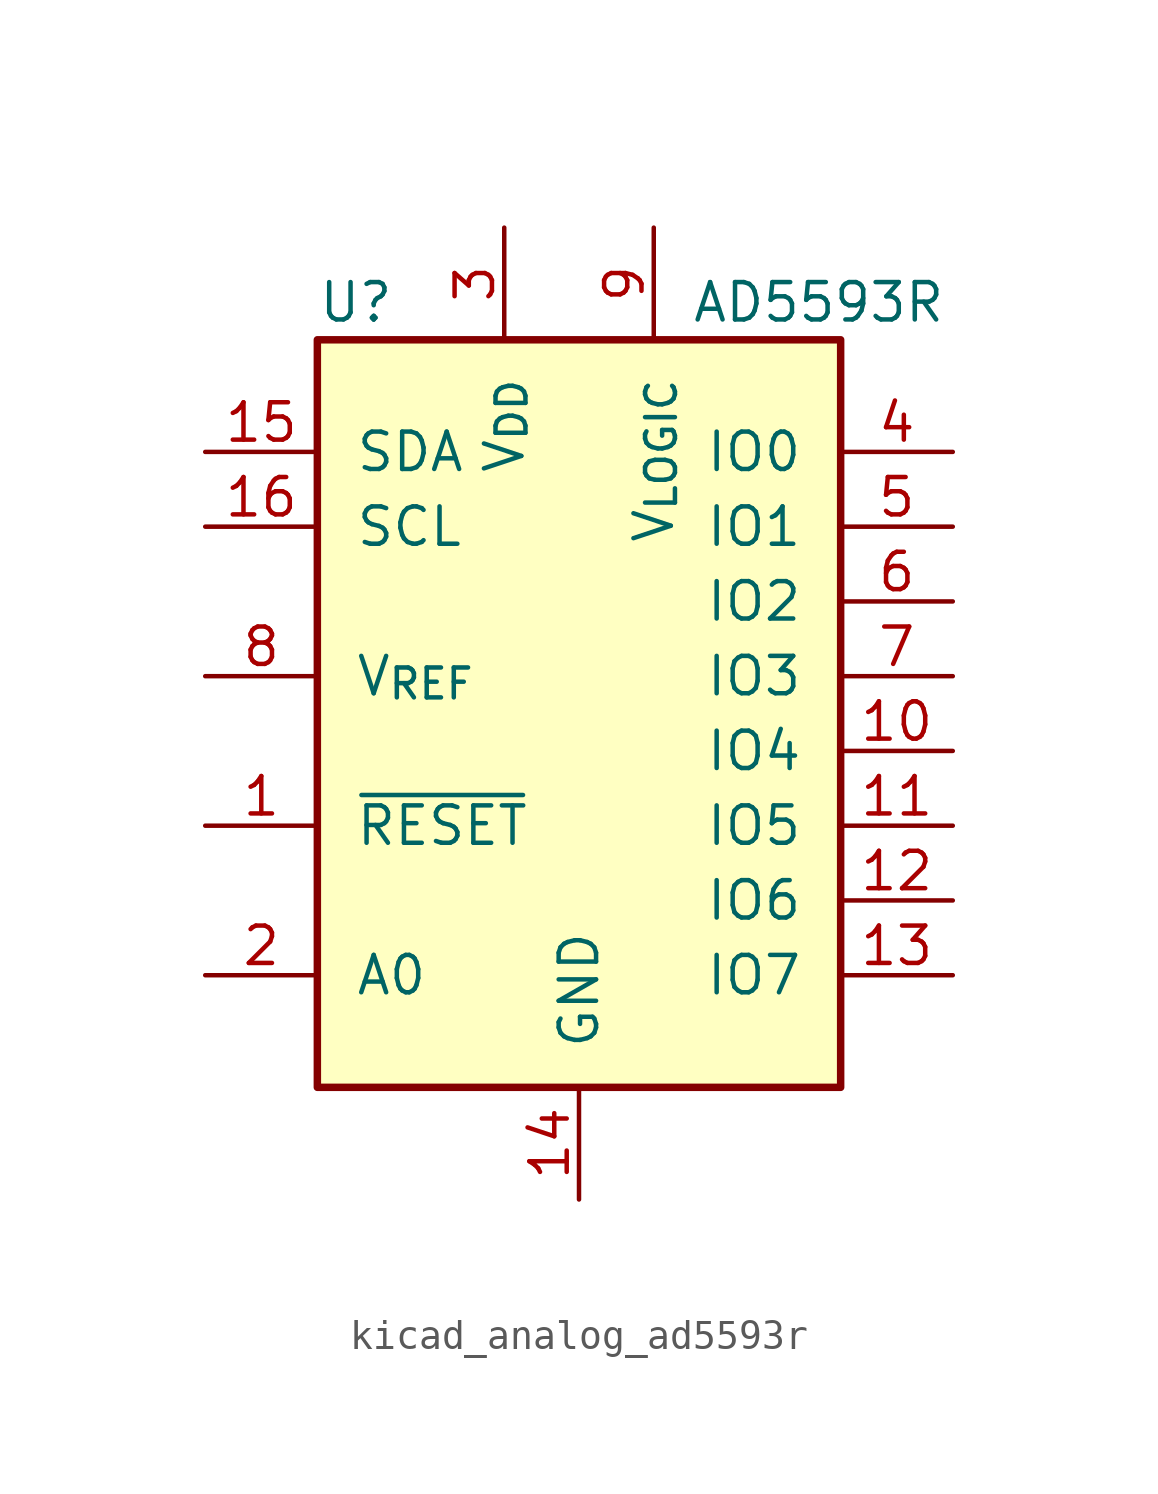
<source format=kicad_sym>
(kicad_symbol_lib
  (version 20220914)
  (generator kicad_symbol_editor)
  (symbol "kicad_analog_ad5593r"
    (pin_names
      (offset 1.27))
    (property "Reference" "U"
      (at -8.89 15.24 0)
      (effects (font (size 1.27 1.27)) (justify left)))
    (property "Value" "AD5593R"
      (at 3.81 15.24 0)
      (effects (font (size 1.27 1.27)) (justify left)))
    (symbol "kicad_analog_ad5593r_0_1"
      (rectangle (start -8.89 13.97) (end 8.89 -11.43) (stroke (width 0.254) (type default)) (fill (type background))))
    (symbol "kicad_analog_ad5593r_1_1"
      (pin input line (at -12.7 -2.54 0) (length 3.81) (name "~{RESET}" (effects (font (size 1.27 1.27)))) (number "1" (effects (font (size 1.27 1.27)))))
      (pin bidirectional line (at 12.7 0 180) (length 3.81) (name "IO4" (effects (font (size 1.27 1.27)))) (number "10" (effects (font (size 1.27 1.27)))))
      (pin bidirectional line (at 12.7 -2.54 180) (length 3.81) (name "IO5" (effects (font (size 1.27 1.27)))) (number "11" (effects (font (size 1.27 1.27)))))
      (pin bidirectional line (at 12.7 -5.08 180) (length 3.81) (name "IO6" (effects (font (size 1.27 1.27)))) (number "12" (effects (font (size 1.27 1.27)))))
      (pin bidirectional line (at 12.7 -7.62 180) (length 3.81) (name "IO7" (effects (font (size 1.27 1.27)))) (number "13" (effects (font (size 1.27 1.27)))))
      (pin power_in line (at 0 -15.24 90) (length 3.81) (name "GND" (effects (font (size 1.27 1.27)))) (number "14" (effects (font (size 1.27 1.27)))))
      (pin bidirectional line (at -12.7 10.16 0) (length 3.81) (name "SDA" (effects (font (size 1.27 1.27)))) (number "15" (effects (font (size 1.27 1.27)))))
      (pin input line (at -12.7 7.62 0) (length 3.81) (name "SCL" (effects (font (size 1.27 1.27)))) (number "16" (effects (font (size 1.27 1.27)))))
      (pin input line (at -12.7 -7.62 0) (length 3.81) (name "A0" (effects (font (size 1.27 1.27)))) (number "2" (effects (font (size 1.27 1.27)))))
      (pin power_in line (at -2.54 17.78 270) (length 3.81) (name "V_{DD}" (effects (font (size 1.27 1.27)))) (number "3" (effects (font (size 1.27 1.27)))))
      (pin bidirectional line (at 12.7 10.16 180) (length 3.81) (name "IO0" (effects (font (size 1.27 1.27)))) (number "4" (effects (font (size 1.27 1.27)))))
      (pin bidirectional line (at 12.7 7.62 180) (length 3.81) (name "IO1" (effects (font (size 1.27 1.27)))) (number "5" (effects (font (size 1.27 1.27)))))
      (pin bidirectional line (at 12.7 5.08 180) (length 3.81) (name "IO2" (effects (font (size 1.27 1.27)))) (number "6" (effects (font (size 1.27 1.27)))))
      (pin bidirectional line (at 12.7 2.54 180) (length 3.81) (name "IO3" (effects (font (size 1.27 1.27)))) (number "7" (effects (font (size 1.27 1.27)))))
      (pin passive line (at -12.7 2.54 0) (length 3.81) (name "V_{REF}" (effects (font (size 1.27 1.27)))) (number "8" (effects (font (size 1.27 1.27)))))
      (pin power_in line (at 2.54 17.78 270) (length 3.81) (name "V_{LOGIC}" (effects (font (size 1.27 1.27)))) (number "9" (effects (font (size 1.27 1.27))))))))
</source>
